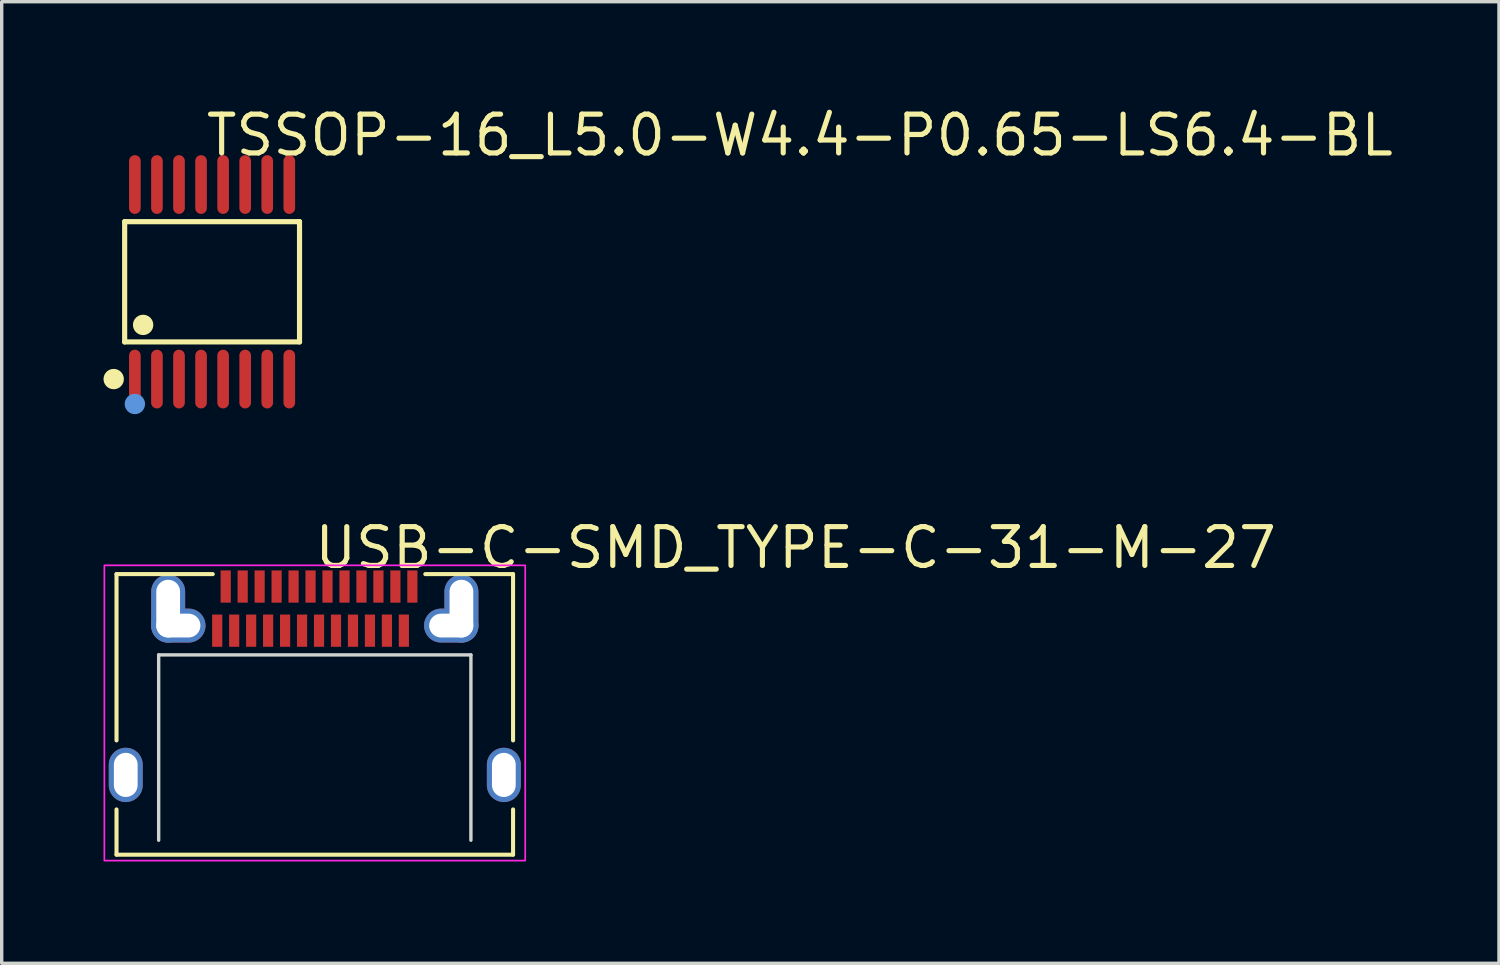
<source format=kicad_pcb>
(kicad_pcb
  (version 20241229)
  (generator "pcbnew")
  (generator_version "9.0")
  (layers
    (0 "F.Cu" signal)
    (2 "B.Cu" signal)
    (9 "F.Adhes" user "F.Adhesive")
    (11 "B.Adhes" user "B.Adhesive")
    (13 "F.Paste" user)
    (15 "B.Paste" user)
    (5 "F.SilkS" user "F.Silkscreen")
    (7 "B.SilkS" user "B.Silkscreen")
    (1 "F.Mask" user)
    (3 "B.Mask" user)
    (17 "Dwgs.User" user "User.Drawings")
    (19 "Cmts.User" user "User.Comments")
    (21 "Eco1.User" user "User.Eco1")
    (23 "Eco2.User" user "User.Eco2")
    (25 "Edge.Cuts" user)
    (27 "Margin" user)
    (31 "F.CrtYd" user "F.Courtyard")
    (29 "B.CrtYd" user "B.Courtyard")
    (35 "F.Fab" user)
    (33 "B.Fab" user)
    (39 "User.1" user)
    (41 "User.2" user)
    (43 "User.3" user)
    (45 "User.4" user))
  (footprint "USB-C-SMD_TYPE-C-31-M-27"
    (layer "F.Cu")
    (at 6.225 17.007)
    (property "Reference" "USB-C-SMD_TYPE-C-31-M-27" (at -0.083 -3.918 0) (layer "F.SilkS") (effects (font (size 1.143 1.143) (thickness 0.152)) (justify left)))
    (attr smd)
    (fp_line (start -5.842 -3.141) (end -5.842 1.758) (stroke (width 0.12) (type solid)) (layer "F.SilkS"))
    (fp_line (start -5.842 3.792) (end -5.842 5.125) (stroke (width 0.12) (type solid)) (layer "F.SilkS"))
    (fp_line (start -5.842 5.125) (end 5.842 5.125) (stroke (width 0.12) (type solid)) (layer "F.SilkS"))
    (fp_line (start -3.006 -3.141) (end -5.842 -3.141) (stroke (width 0.12) (type solid)) (layer "F.SilkS"))
    (fp_line (start 5.842 -3.141) (end 3.256 -3.141) (stroke (width 0.12) (type solid)) (layer "F.SilkS"))
    (fp_line (start 5.842 1.758) (end 5.842 -3.141) (stroke (width 0.12) (type solid)) (layer "F.SilkS"))
    (fp_line (start 5.842 5.125) (end 5.842 3.792) (stroke (width 0.12) (type solid)) (layer "F.SilkS"))
    (fp_poly (pts (xy -3.025 -1.95) (xy -3.025 -1) (xy -2.725 -1) (xy -2.725 -1.95)) (stroke (width 0) (type solid)) (fill yes) (layer "F.Paste"))
    (fp_poly (pts (xy -2.775 -3.25) (xy -2.775 -2.3) (xy -2.475 -2.3) (xy -2.475 -3.25)) (stroke (width 0) (type solid)) (fill yes) (layer "F.Paste"))
    (fp_poly (pts (xy -2.525 -1.95) (xy -2.525 -1) (xy -2.225 -1) (xy -2.225 -1.95)) (stroke (width 0) (type solid)) (fill yes) (layer "F.Paste"))
    (fp_poly (pts (xy -2.275 -3.25) (xy -2.275 -2.3) (xy -1.975 -2.3) (xy -1.975 -3.25)) (stroke (width 0) (type solid)) (fill yes) (layer "F.Paste"))
    (fp_poly (pts (xy -2.025 -1.95) (xy -2.025 -1) (xy -1.725 -1) (xy -1.725 -1.95)) (stroke (width 0) (type solid)) (fill yes) (layer "F.Paste"))
    (fp_poly (pts (xy -1.525 -1.95) (xy -1.525 -1) (xy -1.225 -1) (xy -1.225 -1.95)) (stroke (width 0) (type solid)) (fill yes) (layer "F.Paste"))
    (fp_poly (pts (xy -1.475 -2.3) (xy -1.475 -3.25) (xy -1.775 -3.25) (xy -1.775 -2.3)) (stroke (width 0) (type solid)) (fill yes) (layer "F.Paste"))
    (fp_poly (pts (xy -0.975 -2.3) (xy -0.975 -3.25) (xy -1.275 -3.25) (xy -1.275 -2.3)) (stroke (width 0) (type solid)) (fill yes) (layer "F.Paste"))
    (fp_poly (pts (xy -0.725 -1) (xy -0.725 -1.95) (xy -1.025 -1.95) (xy -1.025 -1)) (stroke (width 0) (type solid)) (fill yes) (layer "F.Paste"))
    (fp_poly (pts (xy -0.475 -2.3) (xy -0.475 -3.25) (xy -0.775 -3.25) (xy -0.775 -2.3)) (stroke (width 0) (type solid)) (fill yes) (layer "F.Paste"))
    (fp_poly (pts (xy -0.225 -1) (xy -0.225 -1.95) (xy -0.525 -1.95) (xy -0.525 -1)) (stroke (width 0) (type solid)) (fill yes) (layer "F.Paste"))
    (fp_poly (pts (xy 0.025 -2.3) (xy 0.025 -3.25) (xy -0.275 -3.25) (xy -0.275 -2.3)) (stroke (width 0) (type solid)) (fill yes) (layer "F.Paste"))
    (fp_poly (pts (xy 0.275 -1) (xy 0.275 -1.95) (xy -0.025 -1.95) (xy -0.025 -1)) (stroke (width 0) (type solid)) (fill yes) (layer "F.Paste"))
    (fp_poly (pts (xy 0.525 -2.3) (xy 0.525 -3.25) (xy 0.225 -3.25) (xy 0.225 -2.3)) (stroke (width 0) (type solid)) (fill yes) (layer "F.Paste"))
    (fp_poly (pts (xy 0.725 -3.25) (xy 0.725 -2.3) (xy 1.025 -2.3) (xy 1.025 -3.25)) (stroke (width 0) (type solid)) (fill yes) (layer "F.Paste"))
    (fp_poly (pts (xy 0.775 -1) (xy 0.775 -1.95) (xy 0.475 -1.95) (xy 0.475 -1)) (stroke (width 0) (type solid)) (fill yes) (layer "F.Paste"))
    (fp_poly (pts (xy 1.225 -3.25) (xy 1.225 -2.3) (xy 1.525 -2.3) (xy 1.525 -3.25)) (stroke (width 0) (type solid)) (fill yes) (layer "F.Paste"))
    (fp_poly (pts (xy 1.275 -1) (xy 1.275 -1.95) (xy 0.975 -1.95) (xy 0.975 -1)) (stroke (width 0) (type solid)) (fill yes) (layer "F.Paste"))
    (fp_poly (pts (xy 1.475 -1.95) (xy 1.475 -1) (xy 1.775 -1) (xy 1.775 -1.95)) (stroke (width 0) (type solid)) (fill yes) (layer "F.Paste"))
    (fp_poly (pts (xy 1.725 -3.25) (xy 1.725 -2.3) (xy 2.025 -2.3) (xy 2.025 -3.25)) (stroke (width 0) (type solid)) (fill yes) (layer "F.Paste"))
    (fp_poly (pts (xy 1.975 -1.95) (xy 1.975 -1) (xy 2.275 -1) (xy 2.275 -1.95)) (stroke (width 0) (type solid)) (fill yes) (layer "F.Paste"))
    (fp_poly (pts (xy 2.475 -1.95) (xy 2.475 -1) (xy 2.775 -1) (xy 2.775 -1.95)) (stroke (width 0) (type solid)) (fill yes) (layer "F.Paste"))
    (fp_poly (pts (xy 2.525 -2.3) (xy 2.525 -3.25) (xy 2.225 -3.25) (xy 2.225 -2.3)) (stroke (width 0) (type solid)) (fill yes) (layer "F.Paste"))
    (fp_poly (pts (xy 3.025 -2.3) (xy 3.025 -3.25) (xy 2.725 -3.25) (xy 2.725 -2.3)) (stroke (width 0) (type solid)) (fill yes) (layer "F.Paste"))
    (fp_poly (pts (xy -5.533 1.976) (xy -5.557 1.975) (xy -5.582 1.975) (xy -5.607 1.976) (xy -5.632 1.979) (xy -5.657 1.983) (xy -5.681 1.987) (xy -5.705 1.994) (xy -5.729 2.001) (xy -5.753 2.01) (xy -5.776 2.019) (xy -5.798 2.03) (xy -5.82 2.042) (xy -5.841 2.055) (xy -5.862 2.069) (xy -5.882 2.084) (xy -5.901 2.1) (xy -5.919 2.117) (xy -5.936 2.135) (xy -5.953 2.154) (xy -5.969 2.173) (xy -5.983 2.193) (xy -5.997 2.214) (xy -6.009 2.236) (xy -6.02 2.258) (xy -6.031 2.281) (xy -6.04 2.304) (xy -6.048 2.328) (xy -6.054 2.352) (xy -6.06 2.376) (xy -6.064 2.4) (xy -6.067 2.425) (xy -6.069 2.45) (xy -6.07 2.475) (xy -6.07 3.075) (xy -6.069 3.1) (xy -6.067 3.125) (xy -6.064 3.149) (xy -6.06 3.174) (xy -6.054 3.198) (xy -6.048 3.222) (xy -6.04 3.246) (xy -6.031 3.269) (xy -6.02 3.292) (xy -6.009 3.314) (xy -5.997 3.336) (xy -5.983 3.357) (xy -5.969 3.377) (xy -5.953 3.396) (xy -5.936 3.415) (xy -5.919 3.433) (xy -5.901 3.45) (xy -5.882 3.466) (xy -5.862 3.481) (xy -5.841 3.495) (xy -5.82 3.508) (xy -5.798 3.52) (xy -5.776 3.531) (xy -5.753 3.54) (xy -5.729 3.549) (xy -5.705 3.556) (xy -5.681 3.562) (xy -5.657 3.567) (xy -5.632 3.571) (xy -5.607 3.574) (xy -5.582 3.575) (xy -5.557 3.575) (xy -5.533 3.574) (xy -5.508 3.571) (xy -5.483 3.567) (xy -5.459 3.562) (xy -5.435 3.556) (xy -5.411 3.549) (xy -5.387 3.54) (xy -5.364 3.531) (xy -5.342 3.52) (xy -5.32 3.508) (xy -5.299 3.495) (xy -5.278 3.481) (xy -5.258 3.466) (xy -5.239 3.45) (xy -5.221 3.433) (xy -5.203 3.415) (xy -5.187 3.396) (xy -5.171 3.377) (xy -5.157 3.357) (xy -5.143 3.336) (xy -5.131 3.314) (xy -5.119 3.292) (xy -5.109 3.269) (xy -5.1 3.246) (xy -5.092 3.222) (xy -5.085 3.198) (xy -5.08 3.174) (xy -5.076 3.149) (xy -5.072 3.125) (xy -5.071 3.1) (xy -5.07 3.075) (xy -5.07 2.475) (xy -5.071 2.45) (xy -5.072 2.425) (xy -5.076 2.4) (xy -5.08 2.376) (xy -5.085 2.352) (xy -5.092 2.328) (xy -5.1 2.304) (xy -5.109 2.281) (xy -5.119 2.258) (xy -5.131 2.236) (xy -5.143 2.214) (xy -5.157 2.193) (xy -5.171 2.173) (xy -5.187 2.154) (xy -5.203 2.135) (xy -5.221 2.117) (xy -5.239 2.1) (xy -5.258 2.084) (xy -5.278 2.069) (xy -5.299 2.055) (xy -5.32 2.042) (xy -5.342 2.03) (xy -5.364 2.019) (xy -5.387 2.01) (xy -5.411 2.001) (xy -5.435 1.994) (xy -5.459 1.987) (xy -5.483 1.983) (xy -5.508 1.979)) (stroke (width 0) (type solid)) (fill yes) (layer "F.Paste"))
    (fp_poly (pts (xy 5.607 1.976) (xy 5.582 1.975) (xy 5.557 1.975) (xy 5.533 1.976) (xy 5.508 1.979) (xy 5.483 1.983) (xy 5.459 1.987) (xy 5.435 1.994) (xy 5.411 2.001) (xy 5.387 2.01) (xy 5.364 2.019) (xy 5.342 2.03) (xy 5.32 2.042) (xy 5.299 2.055) (xy 5.278 2.069) (xy 5.258 2.084) (xy 5.239 2.1) (xy 5.221 2.117) (xy 5.203 2.135) (xy 5.187 2.154) (xy 5.171 2.173) (xy 5.157 2.193) (xy 5.143 2.214) (xy 5.131 2.236) (xy 5.119 2.258) (xy 5.109 2.281) (xy 5.1 2.304) (xy 5.092 2.328) (xy 5.085 2.352) (xy 5.08 2.376) (xy 5.076 2.4) (xy 5.072 2.425) (xy 5.071 2.45) (xy 5.07 2.475) (xy 5.07 3.075) (xy 5.071 3.1) (xy 5.072 3.125) (xy 5.076 3.149) (xy 5.08 3.174) (xy 5.085 3.198) (xy 5.092 3.222) (xy 5.1 3.246) (xy 5.109 3.269) (xy 5.119 3.292) (xy 5.131 3.314) (xy 5.143 3.336) (xy 5.157 3.357) (xy 5.171 3.377) (xy 5.187 3.396) (xy 5.203 3.415) (xy 5.221 3.433) (xy 5.239 3.45) (xy 5.258 3.466) (xy 5.278 3.481) (xy 5.299 3.495) (xy 5.32 3.508) (xy 5.342 3.52) (xy 5.364 3.531) (xy 5.387 3.54) (xy 5.411 3.549) (xy 5.435 3.556) (xy 5.459 3.562) (xy 5.483 3.567) (xy 5.508 3.571) (xy 5.533 3.574) (xy 5.557 3.575) (xy 5.582 3.575) (xy 5.607 3.574) (xy 5.632 3.571) (xy 5.657 3.567) (xy 5.681 3.562) (xy 5.705 3.556) (xy 5.729 3.549) (xy 5.753 3.54) (xy 5.776 3.531) (xy 5.798 3.52) (xy 5.82 3.508) (xy 5.841 3.495) (xy 5.862 3.481) (xy 5.882 3.466) (xy 5.901 3.45) (xy 5.919 3.433) (xy 5.936 3.415) (xy 5.953 3.396) (xy 5.969 3.377) (xy 5.983 3.357) (xy 5.997 3.336) (xy 6.009 3.314) (xy 6.02 3.292) (xy 6.031 3.269) (xy 6.04 3.246) (xy 6.048 3.222) (xy 6.054 3.198) (xy 6.06 3.174) (xy 6.064 3.149) (xy 6.067 3.125) (xy 6.069 3.1) (xy 6.07 3.075) (xy 6.07 2.475) (xy 6.069 2.45) (xy 6.067 2.425) (xy 6.064 2.4) (xy 6.06 2.376) (xy 6.054 2.352) (xy 6.048 2.328) (xy 6.04 2.304) (xy 6.031 2.281) (xy 6.02 2.258) (xy 6.009 2.236) (xy 5.997 2.214) (xy 5.983 2.193) (xy 5.969 2.173) (xy 5.953 2.154) (xy 5.936 2.135) (xy 5.919 2.117) (xy 5.901 2.1) (xy 5.882 2.084) (xy 5.862 2.069) (xy 5.841 2.055) (xy 5.82 2.042) (xy 5.798 2.03) (xy 5.776 2.019) (xy 5.753 2.01) (xy 5.729 2.001) (xy 5.705 1.994) (xy 5.681 1.987) (xy 5.657 1.983) (xy 5.632 1.979)) (stroke (width 0) (type solid)) (fill yes) (layer "F.Paste"))
    (fp_line (start -4.6 -0.761) (end 4.6 -0.761) (stroke (width 0.1) (type solid)) (layer "Edge.Cuts"))
    (fp_line (start -4.6 4.7) (end -4.6 -0.761) (stroke (width 0.1) (type solid)) (layer "Edge.Cuts"))
    (fp_line (start 4.6 -0.761) (end 4.6 4.7) (stroke (width 0.1) (type solid)) (layer "Edge.Cuts"))
    (fp_rect (start -6.2 -3.4) (end 6.2 5.3) (stroke (width 0.05) (type default)) (fill no) (layer "F.CrtYd"))
    (pad "A1" smd rect (at -2.625 -2.775) (size 0.3 0.95) (layers "F.Cu" "F.Mask" "F.Paste"))
    (pad "A2" smd rect (at -2.125 -2.775) (size 0.3 0.95) (layers "F.Cu" "F.Mask" "F.Paste"))
    (pad "A3" smd rect (at -1.625 -2.775) (size 0.3 0.95) (layers "F.Cu" "F.Mask" "F.Paste"))
    (pad "A4" smd rect (at -1.125 -2.775) (size 0.3 0.95) (layers "F.Cu" "F.Mask" "F.Paste"))
    (pad "A5" smd rect (at -0.625 -2.775) (size 0.3 0.95) (layers "F.Cu" "F.Mask" "F.Paste"))
    (pad "A6" smd rect (at -0.125 -2.775) (size 0.3 0.95) (layers "F.Cu" "F.Mask" "F.Paste"))
    (pad "A7" smd rect (at 0.375 -2.775) (size 0.3 0.95) (layers "F.Cu" "F.Mask" "F.Paste"))
    (pad "A8" smd rect (at 0.875 -2.775) (size 0.3 0.95) (layers "F.Cu" "F.Mask" "F.Paste"))
    (pad "A9" smd rect (at 1.375 -2.775) (size 0.3 0.95) (layers "F.Cu" "F.Mask" "F.Paste"))
    (pad "A10" smd rect (at 1.875 -2.775) (size 0.3 0.95) (layers "F.Cu" "F.Mask" "F.Paste"))
    (pad "A11" smd rect (at 2.375 -2.775) (size 0.3 0.95) (layers "F.Cu" "F.Mask" "F.Paste"))
    (pad "A12" smd rect (at 2.875 -2.775) (size 0.3 0.95) (layers "F.Cu" "F.Mask" "F.Paste"))
    (pad "B1" smd rect (at 2.625 -1.475) (size 0.3 0.95) (layers "F.Cu" "F.Mask" "F.Paste"))
    (pad "B2" smd rect (at 2.125 -1.475) (size 0.3 0.95) (layers "F.Cu" "F.Mask" "F.Paste"))
    (pad "B3" smd rect (at 1.625 -1.475) (size 0.3 0.95) (layers "F.Cu" "F.Mask" "F.Paste"))
    (pad "B4" smd rect (at 1.125 -1.475) (size 0.3 0.95) (layers "F.Cu" "F.Mask" "F.Paste"))
    (pad "B5" smd rect (at 0.625 -1.475) (size 0.3 0.95) (layers "F.Cu" "F.Mask" "F.Paste"))
    (pad "B6" smd rect (at 0.125 -1.475) (size 0.3 0.95) (layers "F.Cu" "F.Mask" "F.Paste"))
    (pad "B7" smd rect (at -0.375 -1.475) (size 0.3 0.95) (layers "F.Cu" "F.Mask" "F.Paste"))
    (pad "B8" smd rect (at -0.875 -1.475) (size 0.3 0.95) (layers "F.Cu" "F.Mask" "F.Paste"))
    (pad "B9" smd rect (at -1.375 -1.475) (size 0.3 0.95) (layers "F.Cu" "F.Mask" "F.Paste"))
    (pad "B10" smd rect (at -1.875 -1.475) (size 0.3 0.95) (layers "F.Cu" "F.Mask" "F.Paste"))
    (pad "B11" smd rect (at -2.375 -1.475) (size 0.3 0.95) (layers "F.Cu" "F.Mask" "F.Paste"))
    (pad "B12" smd rect (at -2.875 -1.475) (size 0.3 0.95) (layers "F.Cu" "F.Mask" "F.Paste"))
    (pad "S1" thru_hole oval (at -5.57 2.775) (size 1 1.6) (drill oval 0.7 1.3) (layers "*.Cu" "*.Paste" "*.Mask"))
    (pad "S1" thru_hole oval (at -4.32 -2.125) (size 1 2) (drill oval 0.7 1.7) (layers "*.Cu" "*.Paste" "*.Mask"))
    (pad "S1" thru_hole oval (at -4.02 -1.625) (size 1.6 1) (drill oval 1.3 0.7) (layers "*.Cu" "*.Paste" "*.Mask"))
    (pad "S1" thru_hole oval (at 4.02 -1.625) (size 1.6 1) (drill oval 1.3 0.7) (layers "*.Cu" "*.Paste" "*.Mask"))
    (pad "S1" thru_hole oval (at 4.32 -2.125) (size 1 2) (drill oval 0.7 1.7) (layers "*.Cu" "*.Paste" "*.Mask"))
    (pad "S1" thru_hole oval (at 5.57 2.775) (size 1 1.6) (drill oval 0.7 1.3) (layers "*.Cu" "*.Paste" "*.Mask")))
  (footprint "TSSOP-16_L5.0-W4.4-P0.65-LS6.4-BL"
    (layer "F.Cu")
    (at 3.199 5.253)
    (property "Reference" "TSSOP-16_L5.0-W4.4-P0.65-LS6.4-BL" (at -0.254 -4.318 0) (layer "F.SilkS") (effects (font (size 1.143 1.143) (thickness 0.152)) (justify left)))
    (attr smd)
    (fp_line (start -2.576 -1.772) (end 2.576 -1.772) (stroke (width 0.152) (type solid)) (layer "F.SilkS"))
    (fp_line (start -2.576 1.771) (end -2.576 -1.772) (stroke (width 0.152) (type solid)) (layer "F.SilkS"))
    (fp_line (start 2.576 -1.772) (end 2.576 1.771) (stroke (width 0.152) (type solid)) (layer "F.SilkS"))
    (fp_line (start 2.576 1.771) (end -2.576 1.771) (stroke (width 0.152) (type solid)) (layer "F.SilkS"))
    (fp_circle (center -2.899 2.866) (end -2.749 2.866) (stroke (width 0.3) (type solid)) (fill no) (layer "F.SilkS"))
    (fp_circle (center -2.032 1.27) (end -1.882 1.27) (stroke (width 0.3) (type solid)) (fill no) (layer "F.SilkS"))
    (fp_circle (center -2.275 3.6) (end -2.125 3.6) (stroke (width 0.3) (type solid)) (fill no) (layer "Cmts.User"))
    (pad "1" smd oval (at -2.275 2.866) (size 0.343 1.731) (layers "F.Cu" "F.Mask" "F.Paste"))
    (pad "2" smd oval (at -1.625 2.866) (size 0.343 1.731) (layers "F.Cu" "F.Mask" "F.Paste"))
    (pad "3" smd oval (at -0.975 2.866) (size 0.343 1.731) (layers "F.Cu" "F.Mask" "F.Paste"))
    (pad "4" smd oval (at -0.325 2.866) (size 0.343 1.731) (layers "F.Cu" "F.Mask" "F.Paste"))
    (pad "5" smd oval (at 0.325 2.866) (size 0.343 1.731) (layers "F.Cu" "F.Mask" "F.Paste"))
    (pad "6" smd oval (at 0.975 2.866) (size 0.343 1.731) (layers "F.Cu" "F.Mask" "F.Paste"))
    (pad "7" smd oval (at 1.625 2.866) (size 0.343 1.731) (layers "F.Cu" "F.Mask" "F.Paste"))
    (pad "8" smd oval (at 2.275 2.866) (size 0.343 1.731) (layers "F.Cu" "F.Mask" "F.Paste"))
    (pad "9" smd oval (at 2.275 -2.866) (size 0.343 1.731) (layers "F.Cu" "F.Mask" "F.Paste"))
    (pad "10" smd oval (at 1.625 -2.866) (size 0.343 1.731) (layers "F.Cu" "F.Mask" "F.Paste"))
    (pad "11" smd oval (at 0.975 -2.866) (size 0.343 1.731) (layers "F.Cu" "F.Mask" "F.Paste"))
    (pad "12" smd oval (at 0.325 -2.866) (size 0.343 1.731) (layers "F.Cu" "F.Mask" "F.Paste"))
    (pad "13" smd oval (at -0.325 -2.866) (size 0.343 1.731) (layers "F.Cu" "F.Mask" "F.Paste"))
    (pad "14" smd oval (at -0.975 -2.866) (size 0.343 1.731) (layers "F.Cu" "F.Mask" "F.Paste"))
    (pad "15" smd oval (at -1.625 -2.866) (size 0.343 1.731) (layers "F.Cu" "F.Mask" "F.Paste"))
    (pad "16" smd oval (at -2.275 -2.866) (size 0.343 1.731) (layers "F.Cu" "F.Mask" "F.Paste")))
  (gr_rect
    (start -3 -3)
    (end 41.116 25.332)
    (stroke (width 0.1) (type default))
    (fill no)
    (layer "Edge.Cuts")))
</source>
